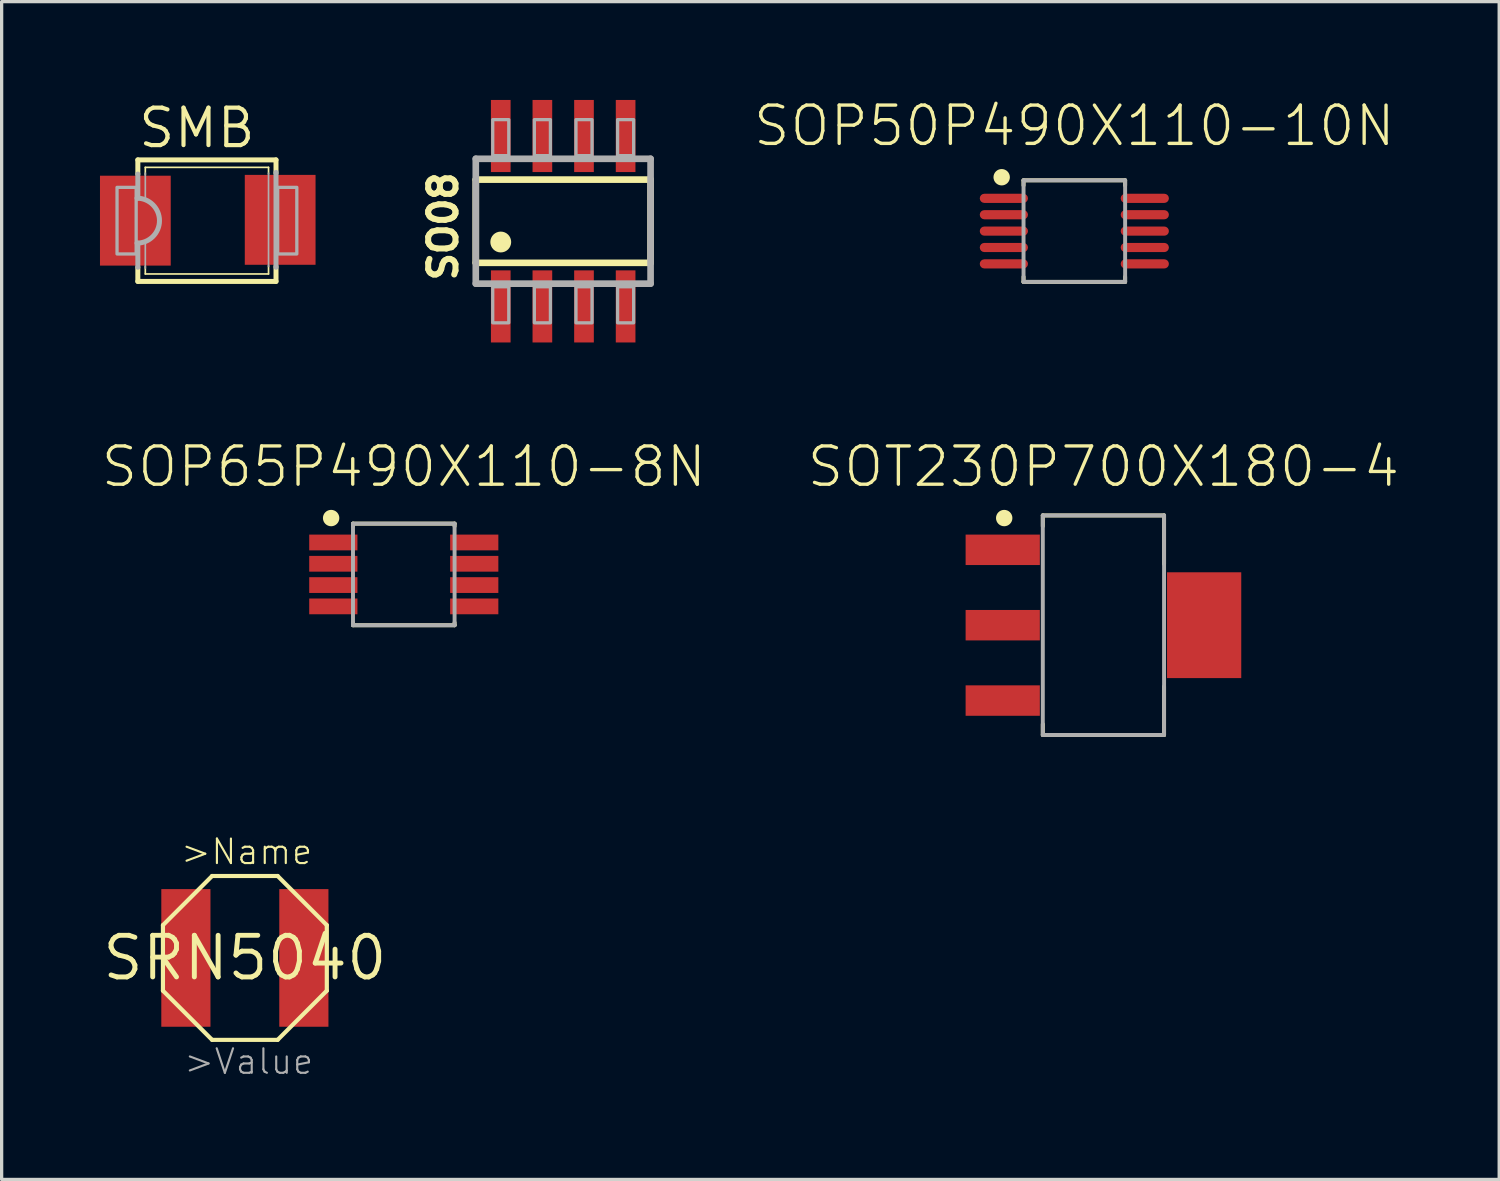
<source format=kicad_pcb>
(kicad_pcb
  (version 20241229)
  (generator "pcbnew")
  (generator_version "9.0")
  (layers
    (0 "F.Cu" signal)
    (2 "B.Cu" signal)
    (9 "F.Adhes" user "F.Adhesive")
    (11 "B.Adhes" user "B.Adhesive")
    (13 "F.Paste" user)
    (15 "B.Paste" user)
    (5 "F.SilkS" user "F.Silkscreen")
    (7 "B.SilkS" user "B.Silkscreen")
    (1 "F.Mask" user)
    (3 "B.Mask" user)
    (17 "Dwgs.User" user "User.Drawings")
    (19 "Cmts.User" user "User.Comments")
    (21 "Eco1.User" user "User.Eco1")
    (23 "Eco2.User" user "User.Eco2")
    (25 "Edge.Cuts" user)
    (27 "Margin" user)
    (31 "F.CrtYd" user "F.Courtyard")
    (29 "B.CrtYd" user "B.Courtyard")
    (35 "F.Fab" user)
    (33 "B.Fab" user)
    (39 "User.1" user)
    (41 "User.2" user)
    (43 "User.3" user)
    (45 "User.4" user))
  (footprint "SOP65P490X110-8N"
    (layer "F.Cu")
    (at 9.271 14.478)
    (property "Reference" "SOP65P490X110-8N" (at 0 -2.605 0) (layer "F.SilkS") (effects (font (size 1.168 1.168) (thickness 0.102)) (justify bottom)))
    (fp_line (start -1.55 -1.55) (end 1.55 -1.55) (stroke (width 0.12) (type solid)) (layer "F.SilkS"))
    (fp_line (start -1.55 -1.47) (end -1.55 -1.55) (stroke (width 0.12) (type solid)) (layer "F.SilkS"))
    (fp_line (start -1.55 1.47) (end -1.55 1.55) (stroke (width 0.12) (type solid)) (layer "F.SilkS"))
    (fp_line (start -1.55 1.55) (end 1.55 1.55) (stroke (width 0.12) (type solid)) (layer "F.SilkS"))
    (fp_line (start 1.55 -1.55) (end 1.55 -1.47) (stroke (width 0.12) (type solid)) (layer "F.SilkS"))
    (fp_line (start 1.55 1.55) (end 1.55 1.47) (stroke (width 0.12) (type solid)) (layer "F.SilkS"))
    (fp_circle (center -2.217 -1.72) (end -2.092 -1.72) (stroke (width 0.25) (type solid)) (fill no) (layer "F.SilkS"))
    (fp_line (start -1.55 -1.55) (end 1.55 -1.55) (stroke (width 0.12) (type solid)) (layer "F.Fab"))
    (fp_line (start -1.55 1.55) (end -1.55 -1.55) (stroke (width 0.12) (type solid)) (layer "F.Fab"))
    (fp_line (start 1.55 -1.55) (end 1.55 1.55) (stroke (width 0.12) (type solid)) (layer "F.Fab"))
    (fp_line (start 1.55 1.55) (end -1.55 1.55) (stroke (width 0.12) (type solid)) (layer "F.Fab"))
    (pad "1" smd rect (at -2.15 -0.975) (size 1.471 0.481) (layers "F.Cu" "F.Mask" "F.Paste"))
    (pad "2" smd rect (at -2.15 -0.325) (size 1.471 0.481) (layers "F.Cu" "F.Mask" "F.Paste"))
    (pad "3" smd rect (at -2.15 0.325) (size 1.471 0.481) (layers "F.Cu" "F.Mask" "F.Paste"))
    (pad "4" smd rect (at -2.15 0.975) (size 1.471 0.481) (layers "F.Cu" "F.Mask" "F.Paste"))
    (pad "5" smd rect (at 2.15 0.975) (size 1.471 0.481) (layers "F.Cu" "F.Mask" "F.Paste"))
    (pad "6" smd rect (at 2.15 0.325) (size 1.471 0.481) (layers "F.Cu" "F.Mask" "F.Paste"))
    (pad "7" smd rect (at 2.15 -0.325) (size 1.471 0.481) (layers "F.Cu" "F.Mask" "F.Paste"))
    (pad "8" smd rect (at 2.15 -0.975) (size 1.471 0.481) (layers "F.Cu" "F.Mask" "F.Paste")))
  (footprint "SRN5040"
    (layer "F.Cu")
    (at 4.422 26.18)
    (property "Reference" "SRN5040" (at 0 0 0) (layer "F.SilkS") (effects (font (size 1.27 1.27) (thickness 0.15))))
    (fp_line (start -2.5 -1) (end -1 -2.5) (stroke (width 0.127) (type solid)) (layer "F.SilkS"))
    (fp_line (start -2.5 1) (end -2.5 -1) (stroke (width 0.127) (type solid)) (layer "F.SilkS"))
    (fp_line (start -1 -2.5) (end 1 -2.5) (stroke (width 0.127) (type solid)) (layer "F.SilkS"))
    (fp_line (start -1 2.5) (end -2.5 1) (stroke (width 0.127) (type solid)) (layer "F.SilkS"))
    (fp_line (start 1 -2.5) (end 2.5 -1) (stroke (width 0.127) (type solid)) (layer "F.SilkS"))
    (fp_line (start 1 2.5) (end -1 2.5) (stroke (width 0.127) (type solid)) (layer "F.SilkS"))
    (fp_line (start 2.5 -1) (end 2.5 1) (stroke (width 0.127) (type solid)) (layer "F.SilkS"))
    (fp_line (start 2.5 1) (end 1 2.5) (stroke (width 0.127) (type solid)) (layer "F.SilkS"))
    (fp_text user ">Name" (at -2 -2.8 0) (layer "F.SilkS") (effects (font (size 0.748 0.748) (thickness 0.065)) (justify left bottom)))
    (fp_text user ">Value" (at -1.9 3.6 0) (layer "F.Fab") (effects (font (size 0.748 0.748) (thickness 0.065)) (justify left bottom)))
    (pad "P$1" smd rect (at -1.8 0) (size 1.5 4.2) (layers "F.Cu" "F.Mask" "F.Paste"))
    (pad "P$2" smd rect (at 1.8 0) (size 1.5 4.2) (layers "F.Cu" "F.Mask" "F.Paste")))
  (footprint "SO08"
    (layer "F.Cu")
    (at 14.135 3.7)
    (property "Reference" "SO08" (at -3.175 1.905 90) (layer "F.SilkS") (effects (font (size 0.833 0.833) (thickness 0.183)) (justify left bottom)))
    (fp_line (start -2.667 -1.27) (end 2.667 -1.27) (stroke (width 0.203) (type solid)) (layer "F.SilkS"))
    (fp_line (start -2.667 1.27) (end -2.667 -1.27) (stroke (width 0.203) (type solid)) (layer "F.SilkS"))
    (fp_line (start 2.667 -1.27) (end 2.667 1.27) (stroke (width 0.203) (type solid)) (layer "F.SilkS"))
    (fp_line (start 2.667 1.27) (end -2.667 1.27) (stroke (width 0.203) (type solid)) (layer "F.SilkS"))
    (fp_circle (center -1.905 0.635) (end -1.746 0.635) (stroke (width 0.318) (type solid)) (fill no) (layer "F.SilkS"))
    (fp_line (start -2.667 -1.905) (end 2.667 -1.905) (stroke (width 0.203) (type solid)) (layer "F.Fab"))
    (fp_line (start -2.667 1.905) (end -2.667 -1.905) (stroke (width 0.203) (type solid)) (layer "F.Fab"))
    (fp_line (start 2.667 -1.905) (end 2.667 1.905) (stroke (width 0.203) (type solid)) (layer "F.Fab"))
    (fp_line (start 2.667 1.905) (end -2.667 1.905) (stroke (width 0.203) (type solid)) (layer "F.Fab"))
    (fp_poly (pts (xy -2.15 -2) (xy -1.66 -2) (xy -1.66 -3.1) (xy -2.15 -3.1)) (stroke (width 0.1) (type solid)) (fill no) (layer "F.Fab"))
    (fp_poly (pts (xy -2.15 3.1) (xy -1.66 3.1) (xy -1.66 2) (xy -2.15 2)) (stroke (width 0.1) (type solid)) (fill no) (layer "F.Fab"))
    (fp_poly (pts (xy -0.88 -2) (xy -0.39 -2) (xy -0.39 -3.1) (xy -0.88 -3.1)) (stroke (width 0.1) (type solid)) (fill no) (layer "F.Fab"))
    (fp_poly (pts (xy -0.88 3.1) (xy -0.39 3.1) (xy -0.39 2) (xy -0.88 2)) (stroke (width 0.1) (type solid)) (fill no) (layer "F.Fab"))
    (fp_poly (pts (xy 0.39 -2) (xy 0.88 -2) (xy 0.88 -3.1) (xy 0.39 -3.1)) (stroke (width 0.1) (type solid)) (fill no) (layer "F.Fab"))
    (fp_poly (pts (xy 0.39 3.1) (xy 0.88 3.1) (xy 0.88 2) (xy 0.39 2)) (stroke (width 0.1) (type solid)) (fill no) (layer "F.Fab"))
    (fp_poly (pts (xy 1.66 -2) (xy 2.15 -2) (xy 2.15 -3.1) (xy 1.66 -3.1)) (stroke (width 0.1) (type solid)) (fill no) (layer "F.Fab"))
    (fp_poly (pts (xy 1.66 3.1) (xy 2.15 3.1) (xy 2.15 2) (xy 1.66 2)) (stroke (width 0.1) (type solid)) (fill no) (layer "F.Fab"))
    (pad "1" smd rect (at -1.905 2.6) (size 0.6 2.2) (layers "F.Cu" "F.Mask" "F.Paste"))
    (pad "2" smd rect (at -0.635 2.6) (size 0.6 2.2) (layers "F.Cu" "F.Mask" "F.Paste"))
    (pad "3" smd rect (at 0.635 2.6) (size 0.6 2.2) (layers "F.Cu" "F.Mask" "F.Paste"))
    (pad "4" smd rect (at 1.905 2.6) (size 0.6 2.2) (layers "F.Cu" "F.Mask" "F.Paste"))
    (pad "5" smd rect (at 1.905 -2.6) (size 0.6 2.2) (layers "F.Cu" "F.Mask" "F.Paste"))
    (pad "6" smd rect (at 0.635 -2.6) (size 0.6 2.2) (layers "F.Cu" "F.Mask" "F.Paste"))
    (pad "7" smd rect (at -0.635 -2.6) (size 0.6 2.2) (layers "F.Cu" "F.Mask" "F.Paste"))
    (pad "8" smd rect (at -1.905 -2.6) (size 0.6 2.2) (layers "F.Cu" "F.Mask" "F.Paste")))
  (footprint "SOP50P490X110-10N"
    (layer "F.Cu")
    (at 29.732 4.002)
    (property "Reference" "SOP50P490X110-10N" (at 0 -2.529 0) (layer "F.SilkS") (effects (font (size 1.168 1.168) (thickness 0.102)) (justify bottom)))
    (fp_line (start -1.55 -1.55) (end 1.55 -1.55) (stroke (width 0.12) (type solid)) (layer "F.SilkS"))
    (fp_line (start -1.55 -1.394) (end -1.55 -1.55) (stroke (width 0.12) (type solid)) (layer "F.SilkS"))
    (fp_line (start -1.55 1.394) (end -1.55 1.55) (stroke (width 0.12) (type solid)) (layer "F.SilkS"))
    (fp_line (start -1.55 1.55) (end 1.55 1.55) (stroke (width 0.12) (type solid)) (layer "F.SilkS"))
    (fp_line (start 1.55 -1.55) (end 1.55 -1.394) (stroke (width 0.12) (type solid)) (layer "F.SilkS"))
    (fp_line (start 1.55 1.55) (end 1.55 1.394) (stroke (width 0.12) (type solid)) (layer "F.SilkS"))
    (fp_circle (center -2.217 -1.644) (end -2.092 -1.644) (stroke (width 0.25) (type solid)) (fill no) (layer "F.SilkS"))
    (fp_line (start -1.55 -1.55) (end 1.55 -1.55) (stroke (width 0.12) (type solid)) (layer "F.Fab"))
    (fp_line (start -1.55 1.55) (end -1.55 -1.55) (stroke (width 0.12) (type solid)) (layer "F.Fab"))
    (fp_line (start 1.55 -1.55) (end 1.55 1.55) (stroke (width 0.12) (type solid)) (layer "F.Fab"))
    (fp_line (start 1.55 1.55) (end -1.55 1.55) (stroke (width 0.12) (type solid)) (layer "F.Fab"))
    (pad "1" smd roundrect (at -2.15 -1) (size 1.471 0.28) (layers "F.Cu" "F.Mask" "F.Paste") (roundrect_rratio 0.5))
    (pad "2" smd roundrect (at -2.15 -0.5) (size 1.471 0.28) (layers "F.Cu" "F.Mask" "F.Paste") (roundrect_rratio 0.5))
    (pad "3" smd roundrect (at -2.15 0) (size 1.471 0.28) (layers "F.Cu" "F.Mask" "F.Paste") (roundrect_rratio 0.5))
    (pad "4" smd roundrect (at -2.15 0.5) (size 1.471 0.28) (layers "F.Cu" "F.Mask" "F.Paste") (roundrect_rratio 0.5))
    (pad "5" smd roundrect (at -2.15 1) (size 1.471 0.28) (layers "F.Cu" "F.Mask" "F.Paste") (roundrect_rratio 0.5))
    (pad "6" smd roundrect (at 2.15 1) (size 1.471 0.28) (layers "F.Cu" "F.Mask" "F.Paste") (roundrect_rratio 0.5))
    (pad "7" smd roundrect (at 2.15 0.5) (size 1.471 0.28) (layers "F.Cu" "F.Mask" "F.Paste") (roundrect_rratio 0.5))
    (pad "8" smd roundrect (at 2.15 0) (size 1.471 0.28) (layers "F.Cu" "F.Mask" "F.Paste") (roundrect_rratio 0.5))
    (pad "9" smd roundrect (at 2.15 -0.5) (size 1.471 0.28) (layers "F.Cu" "F.Mask" "F.Paste") (roundrect_rratio 0.5))
    (pad "10" smd roundrect (at 2.15 -1) (size 1.471 0.28) (layers "F.Cu" "F.Mask" "F.Paste") (roundrect_rratio 0.5)))
  (footprint "SOT230P700X180-4"
    (layer "F.Cu")
    (at 30.62 16.027)
    (property "Reference" "SOT230P700X180-4" (at 0 -4.154 0) (layer "F.SilkS") (effects (font (size 1.168 1.168) (thickness 0.102)) (justify bottom)))
    (fp_line (start -1.85 -3.35) (end 1.85 -3.35) (stroke (width 0.12) (type solid)) (layer "F.SilkS"))
    (fp_line (start -1.85 -3.019) (end -1.85 -3.35) (stroke (width 0.12) (type solid)) (layer "F.SilkS"))
    (fp_line (start -1.85 3.019) (end -1.85 3.35) (stroke (width 0.12) (type solid)) (layer "F.SilkS"))
    (fp_line (start -1.85 3.35) (end 1.85 3.35) (stroke (width 0.12) (type solid)) (layer "F.SilkS"))
    (fp_line (start 1.85 -3.35) (end 1.85 -1.869) (stroke (width 0.12) (type solid)) (layer "F.SilkS"))
    (fp_line (start 1.85 3.35) (end 1.85 1.869) (stroke (width 0.12) (type solid)) (layer "F.SilkS"))
    (fp_circle (center -3.028 -3.269) (end -2.903 -3.269) (stroke (width 0.25) (type solid)) (fill no) (layer "F.SilkS"))
    (fp_line (start -1.85 -3.35) (end 1.85 -3.35) (stroke (width 0.12) (type solid)) (layer "F.Fab"))
    (fp_line (start -1.85 3.35) (end -1.85 -3.35) (stroke (width 0.12) (type solid)) (layer "F.Fab"))
    (fp_line (start 1.85 -3.35) (end 1.85 3.35) (stroke (width 0.12) (type solid)) (layer "F.Fab"))
    (fp_line (start 1.85 3.35) (end -1.85 3.35) (stroke (width 0.12) (type solid)) (layer "F.Fab"))
    (pad "1" smd rect (at -3.073 -2.3) (size 2.265 0.929) (layers "F.Cu" "F.Mask" "F.Paste"))
    (pad "2" smd rect (at -3.073 0) (size 2.265 0.929) (layers "F.Cu" "F.Mask" "F.Paste"))
    (pad "3" smd rect (at -3.073 2.3) (size 2.265 0.929) (layers "F.Cu" "F.Mask" "F.Paste"))
    (pad "4" smd rect (at 3.073 0) (size 2.265 3.229) (layers "F.Cu" "F.Mask" "F.Paste")))
  (footprint "SMB"
    (layer "F.Cu")
    (at 3.391 3.556)
    (property "Reference" "SMB" (at -2.286 -2.032 0) (layer "F.SilkS") (effects (font (size 1.143 1.143) (thickness 0.127)) (justify left bottom)))
    (fp_line (start -2.235 -1.727) (end -2.235 -1.295) (stroke (width 0.152) (type solid)) (layer "F.SilkS"))
    (fp_line (start -2.235 -1.727) (end 1.981 -1.727) (stroke (width 0.152) (type solid)) (layer "F.SilkS"))
    (fp_line (start -2.235 1.981) (end -2.235 1.549) (stroke (width 0.152) (type solid)) (layer "F.SilkS"))
    (fp_line (start -2.007 -1.499) (end 1.753 -1.499) (stroke (width 0.051) (type solid)) (layer "F.SilkS"))
    (fp_line (start -2.007 -1.27) (end -2.007 -1.499) (stroke (width 0.051) (type solid)) (layer "F.SilkS"))
    (fp_line (start -2.007 1.753) (end -2.007 1.524) (stroke (width 0.051) (type solid)) (layer "F.SilkS"))
    (fp_line (start -2.007 1.753) (end 1.753 1.753) (stroke (width 0.051) (type solid)) (layer "F.SilkS"))
    (fp_line (start 1.753 -1.295) (end 1.753 -1.499) (stroke (width 0.051) (type solid)) (layer "F.SilkS"))
    (fp_line (start 1.753 1.499) (end 1.753 1.753) (stroke (width 0.051) (type solid)) (layer "F.SilkS"))
    (fp_line (start 1.981 -1.727) (end 1.981 -1.321) (stroke (width 0.152) (type solid)) (layer "F.SilkS"))
    (fp_line (start 1.981 1.981) (end -2.235 1.981) (stroke (width 0.152) (type solid)) (layer "F.SilkS"))
    (fp_line (start 1.981 1.981) (end 1.981 1.524) (stroke (width 0.152) (type solid)) (layer "F.SilkS"))
    (fp_line (start -2.235 -1.295) (end -2.235 -0.559) (stroke (width 0.152) (type solid)) (layer "F.Fab"))
    (fp_line (start -2.235 1.549) (end -2.235 0.813) (stroke (width 0.152) (type solid)) (layer "F.Fab"))
    (fp_line (start -2.007 -0.533) (end -2.007 -1.321) (stroke (width 0.051) (type solid)) (layer "F.Fab"))
    (fp_line (start -2.007 1.575) (end -2.007 0.787) (stroke (width 0.051) (type solid)) (layer "F.Fab"))
    (fp_line (start 1.753 -1.321) (end 1.753 1.524) (stroke (width 0.051) (type solid)) (layer "F.Fab"))
    (fp_line (start 1.981 -1.346) (end 1.981 1.549) (stroke (width 0.152) (type solid)) (layer "F.Fab"))
    (fp_arc (start -2.2606 -0.5588) (mid -1.5748 0.127) (end -2.2606 0.8128) (stroke (width 0.1524) (type solid)) (layer "F.Fab"))
    (fp_poly (pts (xy -2.87 1.143) (xy -2.286 1.143) (xy -2.286 -0.889) (xy -2.87 -0.889)) (stroke (width 0.1) (type solid)) (fill no) (layer "F.Fab"))
    (fp_poly (pts (xy 2.032 1.143) (xy 2.616 1.143) (xy 2.616 -0.889) (xy 2.032 -0.889)) (stroke (width 0.1) (type solid)) (fill no) (layer "F.Fab"))
    (pad "A" smd rect (at 2.108 0.102) (size 2.159 2.743) (layers "F.Cu" "F.Mask" "F.Paste"))
    (pad "C" smd rect (at -2.311 0.127) (size 2.159 2.743) (layers "F.Cu" "F.Mask" "F.Paste")))
  (gr_rect
    (start -3 -3)
    (end 42.696 32.94)
    (stroke (width 0.1) (type default))
    (fill no)
    (layer "Edge.Cuts")))
</source>
